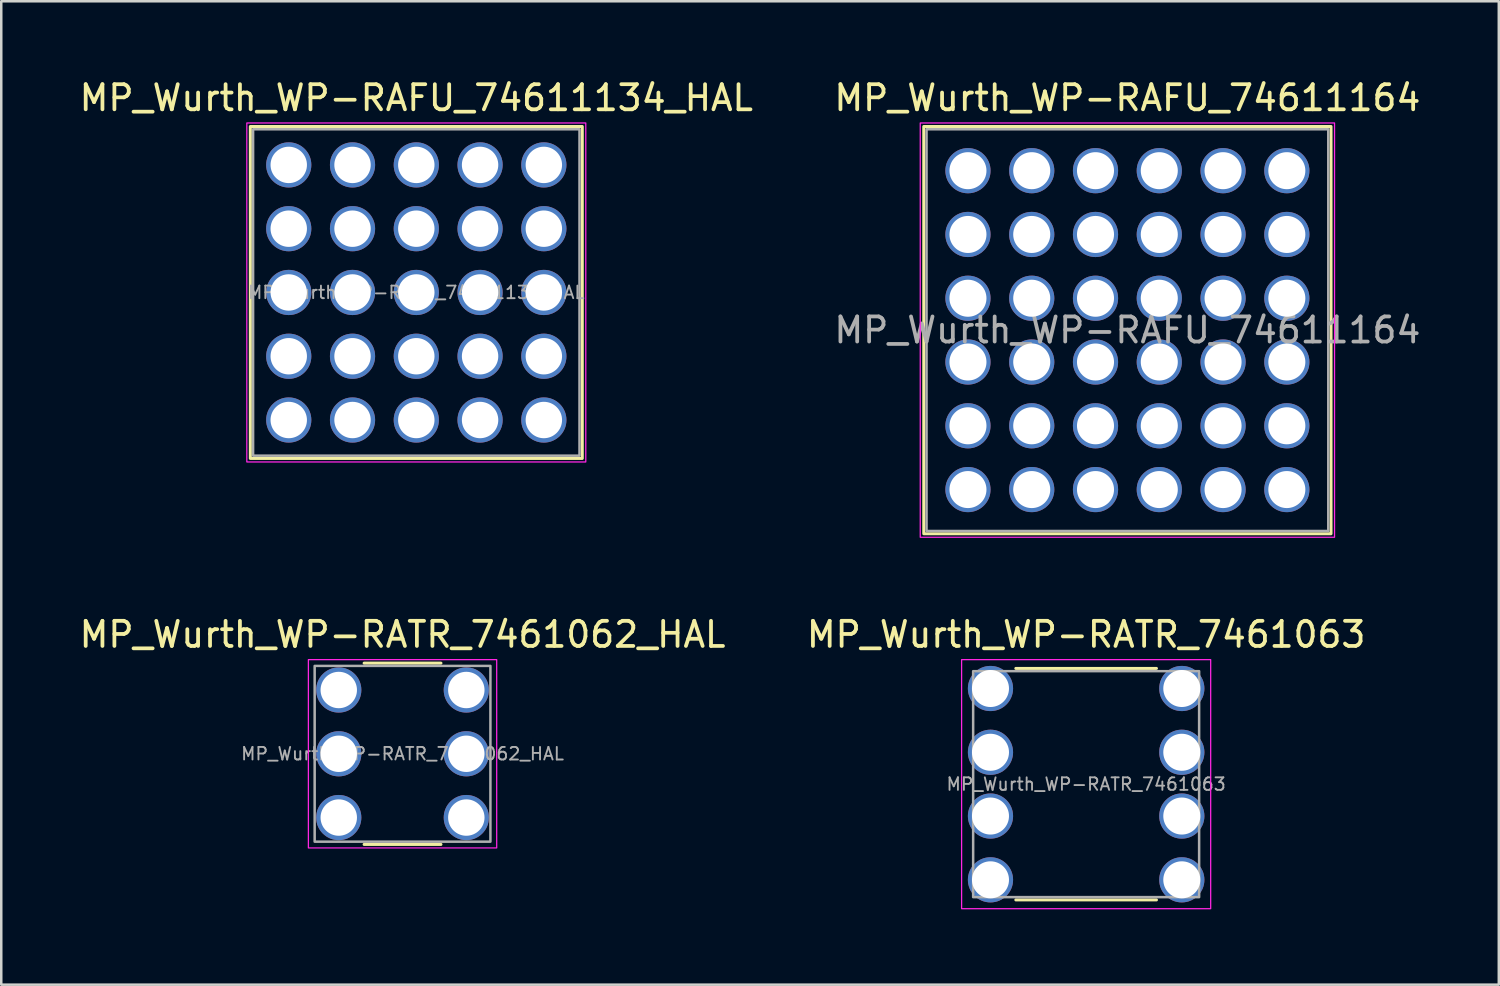
<source format=kicad_pcb>
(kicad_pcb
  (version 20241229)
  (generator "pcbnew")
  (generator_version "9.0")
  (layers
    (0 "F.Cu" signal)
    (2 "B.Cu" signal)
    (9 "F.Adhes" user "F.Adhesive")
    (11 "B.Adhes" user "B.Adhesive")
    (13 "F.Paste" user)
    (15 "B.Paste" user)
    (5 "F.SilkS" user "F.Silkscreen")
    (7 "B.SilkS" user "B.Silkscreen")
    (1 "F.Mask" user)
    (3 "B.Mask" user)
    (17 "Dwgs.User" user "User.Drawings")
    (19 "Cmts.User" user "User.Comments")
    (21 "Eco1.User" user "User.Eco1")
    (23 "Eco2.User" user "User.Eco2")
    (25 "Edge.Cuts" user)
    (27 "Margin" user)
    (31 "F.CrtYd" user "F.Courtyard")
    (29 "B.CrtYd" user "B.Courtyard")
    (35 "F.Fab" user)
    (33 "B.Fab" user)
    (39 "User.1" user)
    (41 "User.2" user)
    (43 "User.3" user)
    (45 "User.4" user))
  (footprint "MP_Wurth_WP-RATR_7461062_HAL"
    (layer "F.Cu")
    (at 12.982 26.971)
    (property "Reference" "MP_Wurth_WP-RATR_7461062_HAL" (at 0 -4.75 0) (unlocked yes) (layer "F.SilkS") (effects (font (size 1 1) (thickness 0.15))))
    (attr through_hole)
    (fp_line (start -1.53 -3.61) (end 1.53 -3.61) (stroke (width 0.12) (type solid)) (layer "F.SilkS"))
    (fp_line (start -1.53 3.61) (end 1.53 3.61) (stroke (width 0.12) (type solid)) (layer "F.SilkS"))
    (fp_rect (start -3.75 -3.75) (end 3.75 3.75) (stroke (width 0.05) (type solid)) (fill no) (layer "F.CrtYd"))
    (fp_rect (start -3.5 -3.5) (end 3.5 3.5) (stroke (width 0.1) (type solid)) (fill no) (layer "F.Fab"))
    (fp_text user "${REFERENCE}" (at 0 0 0) (unlocked yes) (layer "F.Fab") (effects (font (size 0.5 0.5) (thickness 0.075))))
    (pad "1" thru_hole circle (at -2.54 -2.54) (size 1.8 1.8) (drill 1.45) (layers "*.Cu" "*.Mask"))
    (pad "1" thru_hole circle (at -2.54 0) (size 1.8 1.8) (drill 1.45) (layers "*.Cu" "*.Mask"))
    (pad "1" thru_hole circle (at -2.54 2.54) (size 1.8 1.8) (drill 1.45) (layers "*.Cu" "*.Mask"))
    (pad "1" thru_hole circle (at 2.54 -2.54) (size 1.8 1.8) (drill 1.45) (layers "*.Cu" "*.Mask"))
    (pad "1" thru_hole circle (at 2.54 0) (size 1.8 1.8) (drill 1.45) (layers "*.Cu" "*.Mask"))
    (pad "1" thru_hole circle (at 2.54 2.54) (size 1.8 1.8) (drill 1.45) (layers "*.Cu" "*.Mask")))
  (footprint "MP_Wurth_WP-RATR_7461063"
    (layer "F.Cu")
    (at 40.208 28.181)
    (property "Reference" "MP_Wurth_WP-RATR_7461063" (at 0 -5.96 0) (unlocked yes) (layer "F.SilkS") (effects (font (size 1 1) (thickness 0.15))))
    (attr through_hole)
    (fp_line (start -2.8 -4.61) (end 2.8 -4.61) (stroke (width 0.12) (type solid)) (layer "F.SilkS"))
    (fp_line (start -2.8 4.61) (end 2.8 4.61) (stroke (width 0.12) (type solid)) (layer "F.SilkS"))
    (fp_rect (start -4.96 -4.96) (end 4.96 4.96) (stroke (width 0.05) (type solid)) (fill no) (layer "F.CrtYd"))
    (fp_rect (start -4.5 -4.5) (end 4.5 4.5) (stroke (width 0.1) (type solid)) (fill no) (layer "F.Fab"))
    (fp_text user "${REFERENCE}" (at 0 0 0) (unlocked yes) (layer "F.Fab") (effects (font (size 0.5 0.5) (thickness 0.075))))
    (pad "1" thru_hole circle (at -3.81 -3.81) (size 1.8 1.8) (drill 1.475) (layers "*.Cu" "*.Mask"))
    (pad "1" thru_hole circle (at -3.81 -1.27) (size 1.8 1.8) (drill 1.475) (layers "*.Cu" "*.Mask"))
    (pad "1" thru_hole circle (at -3.81 1.27) (size 1.8 1.8) (drill 1.475) (layers "*.Cu" "*.Mask"))
    (pad "1" thru_hole circle (at -3.81 3.81) (size 1.8 1.8) (drill 1.475) (layers "*.Cu" "*.Mask"))
    (pad "1" thru_hole circle (at 3.81 -3.81) (size 1.8 1.8) (drill 1.475) (layers "*.Cu" "*.Mask"))
    (pad "1" thru_hole circle (at 3.81 -1.27) (size 1.8 1.8) (drill 1.475) (layers "*.Cu" "*.Mask"))
    (pad "1" thru_hole circle (at 3.81 1.27) (size 1.8 1.8) (drill 1.475) (layers "*.Cu" "*.Mask"))
    (pad "1" thru_hole circle (at 3.81 3.81) (size 1.8 1.8) (drill 1.475) (layers "*.Cu" "*.Mask")))
  (footprint "MP_Wurth_WP-RAFU_74611134_HAL"
    (layer "F.Cu")
    (at 13.53 8.598)
    (property "Reference" "MP_Wurth_WP-RAFU_74611134_HAL" (at 0 -7.75 0) (unlocked yes) (layer "F.SilkS") (effects (font (size 1 1) (thickness 0.15))))
    (attr through_hole)
    (fp_rect (start -6.61 -6.61) (end 6.61 6.61) (stroke (width 0.12) (type solid)) (fill no) (layer "F.SilkS"))
    (fp_rect (start -6.75 -6.75) (end 6.75 6.75) (stroke (width 0.05) (type solid)) (fill no) (layer "F.CrtYd"))
    (fp_rect (start -6.5 -6.5) (end 6.5 6.5) (stroke (width 0.1) (type solid)) (fill no) (layer "F.Fab"))
    (fp_text user "${REFERENCE}" (at 0 0 0) (unlocked yes) (layer "F.Fab") (effects (font (size 0.5 0.5) (thickness 0.075))))
    (pad "1" thru_hole circle (at -5.08 -5.08) (size 1.8 1.8) (drill 1.45) (layers "*.Cu" "*.Mask"))
    (pad "1" thru_hole circle (at -5.08 -2.54) (size 1.8 1.8) (drill 1.45) (layers "*.Cu" "*.Mask"))
    (pad "1" thru_hole circle (at -5.08 0) (size 1.8 1.8) (drill 1.45) (layers "*.Cu" "*.Mask"))
    (pad "1" thru_hole circle (at -5.08 2.54) (size 1.8 1.8) (drill 1.45) (layers "*.Cu" "*.Mask"))
    (pad "1" thru_hole circle (at -5.08 5.08) (size 1.8 1.8) (drill 1.45) (layers "*.Cu" "*.Mask"))
    (pad "1" thru_hole circle (at -2.54 -5.08) (size 1.8 1.8) (drill 1.45) (layers "*.Cu" "*.Mask"))
    (pad "1" thru_hole circle (at -2.54 -2.54) (size 1.8 1.8) (drill 1.45) (layers "*.Cu" "*.Mask"))
    (pad "1" thru_hole circle (at -2.54 0) (size 1.8 1.8) (drill 1.45) (layers "*.Cu" "*.Mask"))
    (pad "1" thru_hole circle (at -2.54 2.54) (size 1.8 1.8) (drill 1.45) (layers "*.Cu" "*.Mask"))
    (pad "1" thru_hole circle (at -2.54 5.08) (size 1.8 1.8) (drill 1.45) (layers "*.Cu" "*.Mask"))
    (pad "1" thru_hole circle (at 0 -5.08) (size 1.8 1.8) (drill 1.45) (layers "*.Cu" "*.Mask"))
    (pad "1" thru_hole circle (at 0 -2.54) (size 1.8 1.8) (drill 1.45) (layers "*.Cu" "*.Mask"))
    (pad "1" thru_hole circle (at 0 0) (size 1.8 1.8) (drill 1.45) (layers "*.Cu" "*.Mask"))
    (pad "1" thru_hole circle (at 0 2.54) (size 1.8 1.8) (drill 1.45) (layers "*.Cu" "*.Mask"))
    (pad "1" thru_hole circle (at 0 5.08) (size 1.8 1.8) (drill 1.45) (layers "*.Cu" "*.Mask"))
    (pad "1" thru_hole circle (at 2.54 -5.08) (size 1.8 1.8) (drill 1.45) (layers "*.Cu" "*.Mask"))
    (pad "1" thru_hole circle (at 2.54 -2.54) (size 1.8 1.8) (drill 1.45) (layers "*.Cu" "*.Mask"))
    (pad "1" thru_hole circle (at 2.54 0) (size 1.8 1.8) (drill 1.45) (layers "*.Cu" "*.Mask"))
    (pad "1" thru_hole circle (at 2.54 2.54) (size 1.8 1.8) (drill 1.45) (layers "*.Cu" "*.Mask"))
    (pad "1" thru_hole circle (at 2.54 5.08) (size 1.8 1.8) (drill 1.45) (layers "*.Cu" "*.Mask"))
    (pad "1" thru_hole circle (at 5.08 -5.08) (size 1.8 1.8) (drill 1.45) (layers "*.Cu" "*.Mask"))
    (pad "1" thru_hole circle (at 5.08 -2.54) (size 1.8 1.8) (drill 1.45) (layers "*.Cu" "*.Mask"))
    (pad "1" thru_hole circle (at 5.08 0) (size 1.8 1.8) (drill 1.45) (layers "*.Cu" "*.Mask"))
    (pad "1" thru_hole circle (at 5.08 2.54) (size 1.8 1.8) (drill 1.45) (layers "*.Cu" "*.Mask"))
    (pad "1" thru_hole circle (at 5.08 5.08) (size 1.8 1.8) (drill 1.45) (layers "*.Cu" "*.Mask")))
  (footprint "MP_Wurth_WP-RAFU_74611164"
    (layer "F.Cu")
    (at 41.851 10.098)
    (property "Reference" "MP_Wurth_WP-RAFU_74611164" (at 0 -9.25 0) (unlocked yes) (layer "F.SilkS") (effects (font (size 1 1) (thickness 0.15))))
    (attr through_hole)
    (fp_rect (start -8.11 -8.11) (end 8.11 8.11) (stroke (width 0.12) (type solid)) (fill no) (layer "F.SilkS"))
    (fp_rect (start -8.25 -8.25) (end 8.25 8.25) (stroke (width 0.05) (type solid)) (fill no) (layer "F.CrtYd"))
    (fp_rect (start -8 -8) (end 8 8) (stroke (width 0.1) (type solid)) (fill no) (layer "F.Fab"))
    (fp_text user "${REFERENCE}" (at 0 0 0) (unlocked yes) (layer "F.Fab") (effects (font (size 1 1) (thickness 0.15))))
    (pad "1" thru_hole circle (at -6.35 -6.35) (size 1.8 1.8) (drill 1.475) (layers "*.Cu" "*.Mask"))
    (pad "1" thru_hole circle (at -6.35 -3.81) (size 1.8 1.8) (drill 1.475) (layers "*.Cu" "*.Mask"))
    (pad "1" thru_hole circle (at -6.35 -1.27) (size 1.8 1.8) (drill 1.475) (layers "*.Cu" "*.Mask"))
    (pad "1" thru_hole circle (at -6.35 1.27) (size 1.8 1.8) (drill 1.475) (layers "*.Cu" "*.Mask"))
    (pad "1" thru_hole circle (at -6.35 3.81) (size 1.8 1.8) (drill 1.475) (layers "*.Cu" "*.Mask"))
    (pad "1" thru_hole circle (at -6.35 6.35) (size 1.8 1.8) (drill 1.475) (layers "*.Cu" "*.Mask"))
    (pad "1" thru_hole circle (at -3.81 -6.35) (size 1.8 1.8) (drill 1.475) (layers "*.Cu" "*.Mask"))
    (pad "1" thru_hole circle (at -3.81 -3.81) (size 1.8 1.8) (drill 1.475) (layers "*.Cu" "*.Mask"))
    (pad "1" thru_hole circle (at -3.81 -1.27) (size 1.8 1.8) (drill 1.475) (layers "*.Cu" "*.Mask"))
    (pad "1" thru_hole circle (at -3.81 1.27) (size 1.8 1.8) (drill 1.475) (layers "*.Cu" "*.Mask"))
    (pad "1" thru_hole circle (at -3.81 3.81) (size 1.8 1.8) (drill 1.475) (layers "*.Cu" "*.Mask"))
    (pad "1" thru_hole circle (at -3.81 6.35) (size 1.8 1.8) (drill 1.475) (layers "*.Cu" "*.Mask"))
    (pad "1" thru_hole circle (at -1.27 -6.35) (size 1.8 1.8) (drill 1.475) (layers "*.Cu" "*.Mask"))
    (pad "1" thru_hole circle (at -1.27 -3.81) (size 1.8 1.8) (drill 1.475) (layers "*.Cu" "*.Mask"))
    (pad "1" thru_hole circle (at -1.27 -1.27) (size 1.8 1.8) (drill 1.475) (layers "*.Cu" "*.Mask"))
    (pad "1" thru_hole circle (at -1.27 1.27) (size 1.8 1.8) (drill 1.475) (layers "*.Cu" "*.Mask"))
    (pad "1" thru_hole circle (at -1.27 3.81) (size 1.8 1.8) (drill 1.475) (layers "*.Cu" "*.Mask"))
    (pad "1" thru_hole circle (at -1.27 6.35) (size 1.8 1.8) (drill 1.475) (layers "*.Cu" "*.Mask"))
    (pad "1" thru_hole circle (at 1.27 -6.35) (size 1.8 1.8) (drill 1.475) (layers "*.Cu" "*.Mask"))
    (pad "1" thru_hole circle (at 1.27 -3.81) (size 1.8 1.8) (drill 1.475) (layers "*.Cu" "*.Mask"))
    (pad "1" thru_hole circle (at 1.27 -1.27) (size 1.8 1.8) (drill 1.475) (layers "*.Cu" "*.Mask"))
    (pad "1" thru_hole circle (at 1.27 1.27) (size 1.8 1.8) (drill 1.475) (layers "*.Cu" "*.Mask"))
    (pad "1" thru_hole circle (at 1.27 3.81) (size 1.8 1.8) (drill 1.475) (layers "*.Cu" "*.Mask"))
    (pad "1" thru_hole circle (at 1.27 6.35) (size 1.8 1.8) (drill 1.475) (layers "*.Cu" "*.Mask"))
    (pad "1" thru_hole circle (at 3.81 -6.35) (size 1.8 1.8) (drill 1.475) (layers "*.Cu" "*.Mask"))
    (pad "1" thru_hole circle (at 3.81 -3.81) (size 1.8 1.8) (drill 1.475) (layers "*.Cu" "*.Mask"))
    (pad "1" thru_hole circle (at 3.81 -1.27) (size 1.8 1.8) (drill 1.475) (layers "*.Cu" "*.Mask"))
    (pad "1" thru_hole circle (at 3.81 1.27) (size 1.8 1.8) (drill 1.475) (layers "*.Cu" "*.Mask"))
    (pad "1" thru_hole circle (at 3.81 3.81) (size 1.8 1.8) (drill 1.475) (layers "*.Cu" "*.Mask"))
    (pad "1" thru_hole circle (at 3.81 6.35) (size 1.8 1.8) (drill 1.475) (layers "*.Cu" "*.Mask"))
    (pad "1" thru_hole circle (at 6.35 -6.35) (size 1.8 1.8) (drill 1.475) (layers "*.Cu" "*.Mask"))
    (pad "1" thru_hole circle (at 6.35 -3.81) (size 1.8 1.8) (drill 1.475) (layers "*.Cu" "*.Mask"))
    (pad "1" thru_hole circle (at 6.35 -1.27) (size 1.8 1.8) (drill 1.475) (layers "*.Cu" "*.Mask"))
    (pad "1" thru_hole circle (at 6.35 1.27) (size 1.8 1.8) (drill 1.475) (layers "*.Cu" "*.Mask"))
    (pad "1" thru_hole circle (at 6.35 3.81) (size 1.8 1.8) (drill 1.475) (layers "*.Cu" "*.Mask"))
    (pad "1" thru_hole circle (at 6.35 6.35) (size 1.8 1.8) (drill 1.475) (layers "*.Cu" "*.Mask")))
  (gr_rect
    (start -3 -3)
    (end 56.643 36.166)
    (stroke (width 0.1) (type default))
    (fill no)
    (layer "Edge.Cuts")))
</source>
